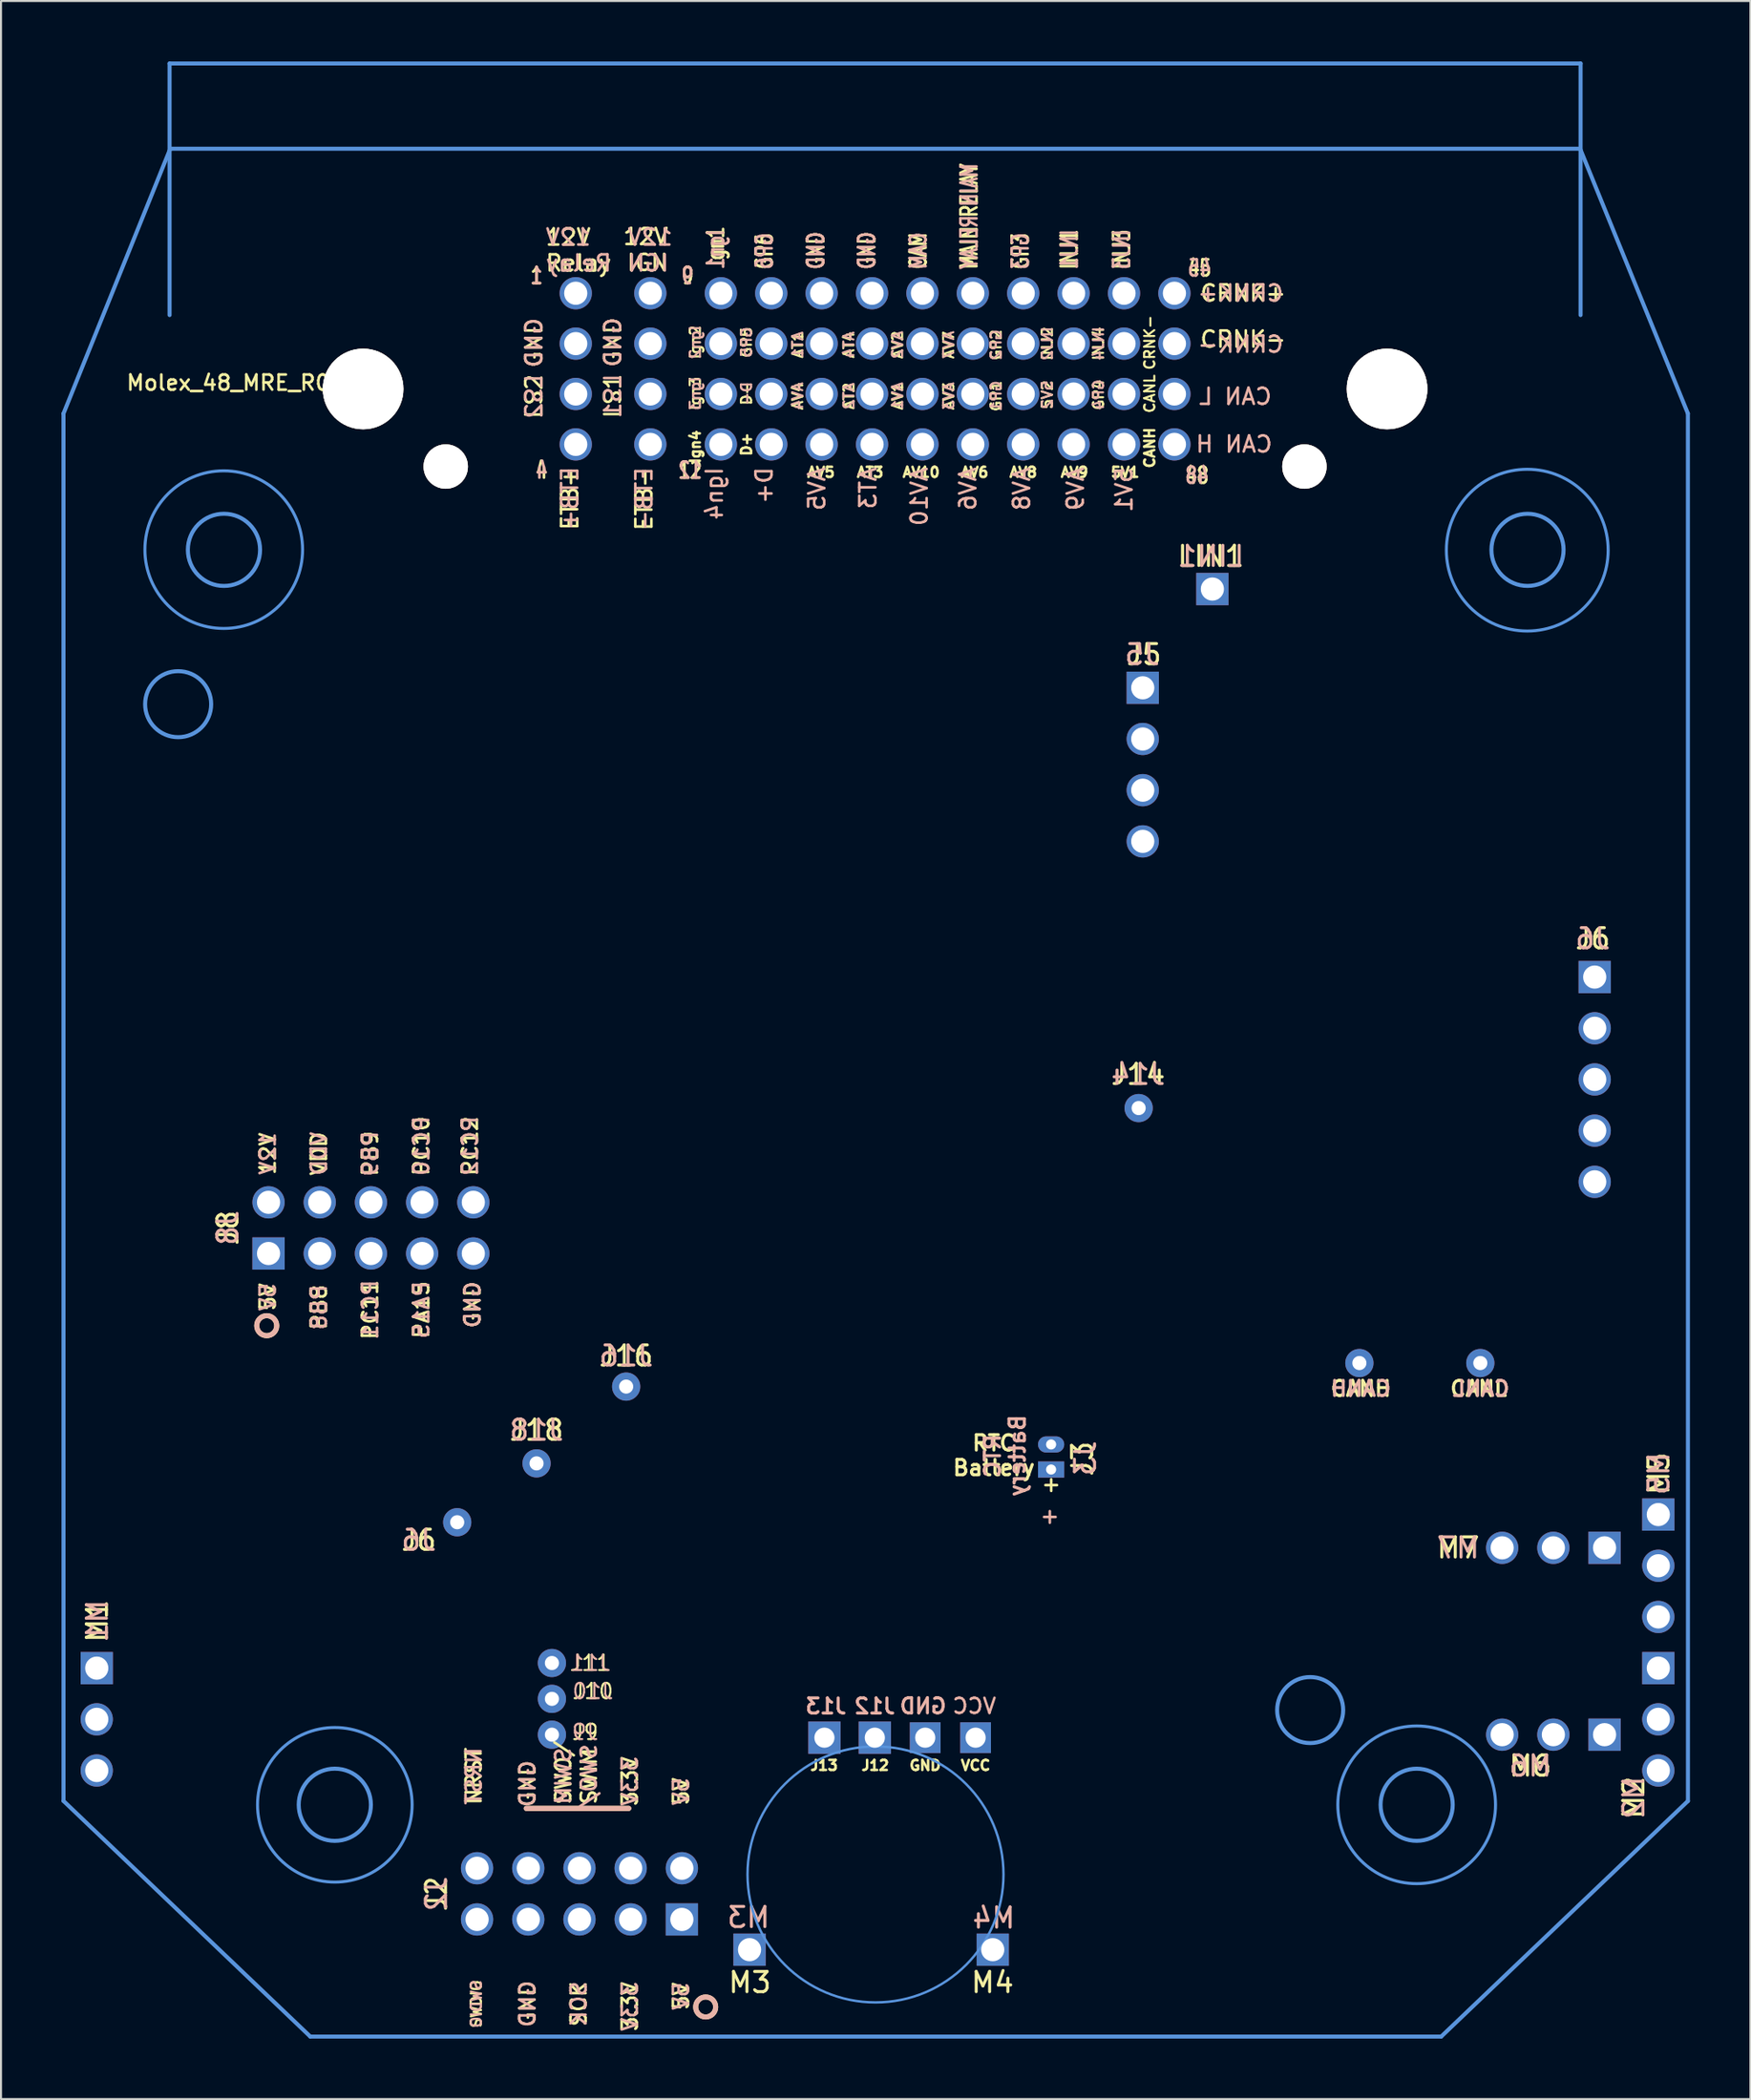
<source format=kicad_pcb>
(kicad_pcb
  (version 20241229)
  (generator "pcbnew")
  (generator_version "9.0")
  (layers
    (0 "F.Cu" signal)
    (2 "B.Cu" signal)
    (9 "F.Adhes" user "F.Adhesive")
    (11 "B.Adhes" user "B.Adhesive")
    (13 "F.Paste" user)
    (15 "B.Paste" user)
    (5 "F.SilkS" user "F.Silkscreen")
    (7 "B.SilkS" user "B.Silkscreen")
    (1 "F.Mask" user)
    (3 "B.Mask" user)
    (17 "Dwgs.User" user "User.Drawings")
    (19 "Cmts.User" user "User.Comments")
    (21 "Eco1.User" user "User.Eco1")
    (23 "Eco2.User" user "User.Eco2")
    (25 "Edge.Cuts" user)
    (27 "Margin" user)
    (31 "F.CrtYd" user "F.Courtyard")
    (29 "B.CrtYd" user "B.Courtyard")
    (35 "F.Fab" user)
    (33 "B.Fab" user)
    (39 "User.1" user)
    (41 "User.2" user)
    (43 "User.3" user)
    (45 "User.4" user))
  (footprint "Molex_48_MRE_R055"
    (layer "F.Cu")
    (at 25.474 11.497)
    (property "Reference" "Molex_48_MRE_R055" (at -16.485 4.445 0) (layer "F.SilkS") (effects (font (size 0.75 0.75) (thickness 0.13))))
    (attr through_hole)
    (fp_line (start -2.413 75.184) (end 2.667 75.184) (stroke (width 0.254) (type solid)) (layer "F.SilkS"))
    (fp_circle (center -15.291 51.232) (end -14.973 51.613) (stroke (width 0.25) (type solid)) (fill no) (layer "F.SilkS"))
    (fp_circle (center 6.485 85.037) (end 6.802 85.418) (stroke (width 0.25) (type solid)) (fill no) (layer "F.SilkS"))
    (fp_line (start -2.413 75.184) (end 2.667 75.184) (stroke (width 0.254) (type solid)) (layer "B.SilkS"))
    (fp_circle (center -15.291 51.232) (end -14.795 51.232) (stroke (width 0.25) (type solid)) (fill no) (layer "B.SilkS"))
    (fp_circle (center 6.485 85.037) (end 6.981 85.037) (stroke (width 0.25) (type solid)) (fill no) (layer "B.SilkS"))
    (fp_line (start -25.374 5.973) (end -25.372 74.816) (stroke (width 0.2) (type solid)) (layer "Cmts.User"))
    (fp_line (start -25.374 5.973) (end -20.078 -7.166) (stroke (width 0.2) (type solid)) (layer "Cmts.User"))
    (fp_line (start -20.111 -11.397) (end -20.111 1.086) (stroke (width 0.2) (type solid)) (layer "Cmts.User"))
    (fp_line (start -20.078 -7.166) (end 49.867 -7.166) (stroke (width 0.2) (type solid)) (layer "Cmts.User"))
    (fp_line (start -13.129 86.507) (end -25.372 74.816) (stroke (width 0.2) (type solid)) (layer "Cmts.User"))
    (fp_line (start -13.129 86.507) (end 42.973 86.507) (stroke (width 0.2) (type solid)) (layer "Cmts.User"))
    (fp_line (start 49.867 -7.166) (end 55.214 5.973) (stroke (width 0.2) (type solid)) (layer "Cmts.User"))
    (fp_line (start 49.889 -11.397) (end -20.111 -11.397) (stroke (width 0.2) (type solid)) (layer "Cmts.User"))
    (fp_line (start 49.889 -11.397) (end 49.889 1.086) (stroke (width 0.2) (type solid)) (layer "Cmts.User"))
    (fp_line (start 55.214 5.973) (end 55.216 74.816) (stroke (width 0.2) (type solid)) (layer "Cmts.User"))
    (fp_line (start 55.216 74.816) (end 42.973 86.507) (stroke (width 0.2) (type solid)) (layer "Cmts.User"))
    (fp_circle (center -19.686 20.394) (end -18.048 20.394) (stroke (width 0.2) (type solid)) (fill no) (layer "Cmts.User"))
    (fp_circle (center -17.424 12.725) (end -13.513 12.725) (stroke (width 0.15) (type solid)) (fill no) (layer "Cmts.User"))
    (fp_circle (center -17.413 12.736) (end -15.622 12.736) (stroke (width 0.2) (type solid)) (fill no) (layer "Cmts.User"))
    (fp_circle (center -11.914 75.004) (end -10.123 75.004) (stroke (width 0.2) (type solid)) (fill no) (layer "Cmts.User"))
    (fp_circle (center -11.913 75.006) (end -15.748 75.006) (stroke (width 0.15) (type solid)) (fill no) (layer "Cmts.User"))
    (fp_circle (center 14.91 78.461) (end 21.26 78.461) (stroke (width 0.12) (type solid)) (fill no) (layer "Cmts.User"))
    (fp_circle (center 36.474 70.305) (end 38.112 70.305) (stroke (width 0.2) (type solid)) (fill no) (layer "Cmts.User"))
    (fp_circle (center 41.757 75.004) (end 43.547 75.004) (stroke (width 0.2) (type solid)) (fill no) (layer "Cmts.User"))
    (fp_circle (center 41.758 75.006) (end 37.846 75.006) (stroke (width 0.15) (type solid)) (fill no) (layer "Cmts.User"))
    (fp_circle (center 47.244 12.751) (end 51.257 12.751) (stroke (width 0.15) (type solid)) (fill no) (layer "Cmts.User"))
    (fp_circle (center 47.256 12.736) (end 49.046 12.736) (stroke (width 0.2) (type solid)) (fill no) (layer "Cmts.User"))
    (fp_text user "RTC\nBattery\n" (at 20.782 57.671 180) (layer "F.SilkS") (effects (font (size 0.762 0.762) (thickness 0.152))))
    (fp_text user "GND" (at -2.355 73.962 270) (layer "F.SilkS") (effects (font (size 0.75 0.75) (thickness 0.13))))
    (fp_text user "GP3" (at 22.098 -1.113 90) (layer "F.SilkS") (effects (font (size 0.8 0.6) (thickness 0.13)) (justify left)))
    (fp_text user "AV9" (at 25.527 8.89 180) (layer "F.SilkS") (effects (font (size 0.5 0.5) (thickness 0.125)) (justify right)))
    (fp_text user "J10" (at 0.889 69.367 0) (layer "F.SilkS") (effects (font (size 0.762 0.762) (thickness 0.102))))
    (fp_text user "GND" (at 1.88 2.438 90) (layer "F.SilkS") (effects (font (size 0.8 0.8) (thickness 0.127))))
    (fp_text user "J11" (at 0.762 67.97 0) (layer "F.SilkS") (effects (font (size 0.762 0.762) (thickness 0.102))))
    (fp_text user "LS1" (at 1.88 5.105 90) (layer "F.SilkS") (effects (font (size 0.8 0.8) (thickness 0.127))))
    (fp_text user "PB9" (at -10.16 42.697 270) (layer "F.SilkS") (effects (font (size 0.75 0.75) (thickness 0.13))))
    (fp_text user "Ign4" (at 5.969 6.731 90) (layer "F.SilkS") (effects (font (size 0.5 0.5) (thickness 0.125)) (justify right)))
    (fp_text user "4" (at -1.651 8.788 0) (layer "F.SilkS") (effects (font (size 0.8 0.6) (thickness 0.13))))
    (fp_text user "M3" (at 8.675 83.821 0) (layer "F.SilkS") (effects (font (size 1 1) (thickness 0.15))))
    (fp_text user "12V\nRelay" (at -1.524 -2.134 0) (layer "F.SilkS") (effects (font (size 0.8 0.8) (thickness 0.13)) (justify left)))
    (fp_text user "5V1" (at 28.067 8.89 180) (layer "F.SilkS") (effects (font (size 0.5 0.5) (thickness 0.125)) (justify right)))
    (fp_text user "AT4" (at 13.589 2.565 90) (layer "F.SilkS") (effects (font (size 0.508 0.508) (thickness 0.102))))
    (fp_text user "CANH" (at 28.512 6.604 90) (layer "F.SilkS") (effects (font (size 0.5 0.5) (thickness 0.125)) (justify right)))
    (fp_text user "PC12" (at -5.207 42.316 270) (layer "F.SilkS") (effects (font (size 0.75 0.75) (thickness 0.13))))
    (fp_text user "LIN1" (at 31.547 13.056 0) (layer "F.SilkS") (effects (font (size 1 1) (thickness 0.15))))
    (fp_text user "Ign2" (at 5.969 2.438 90) (layer "F.SilkS") (effects (font (size 0.508 0.508) (thickness 0.102))))
    (fp_text user "AV2" (at 16.002 2.565 90) (layer "F.SilkS") (effects (font (size 0.508 0.508) (thickness 0.102))))
    (fp_text user "M6" (at 47.396 73.076 0) (layer "F.SilkS") (effects (font (size 1 1) (thickness 0.15))))
    (fp_text user "INJ1" (at 24.526 -1.113 90) (layer "F.SilkS") (effects (font (size 0.8 0.6) (thickness 0.13)) (justify left)))
    (fp_text user "GP4" (at 25.971 5.042 90) (layer "F.SilkS") (effects (font (size 0.508 0.508) (thickness 0.102))))
    (fp_text user "3.3V" (at 2.725 85.011 270) (layer "F.SilkS") (effects (font (size 0.75 0.75) (thickness 0.13))))
    (fp_text user "SWIM" (at 0.693 73.581 270) (layer "F.SilkS") (effects (font (size 0.75 0.75) (thickness 0.13))))
    (fp_text user "GP2" (at 20.892 2.565 90) (layer "F.SilkS") (effects (font (size 0.508 0.508) (thickness 0.102))))
    (fp_text user "M7" (at 43.815 62.255 0) (layer "F.SilkS") (effects (font (size 1 1) (thickness 0.15))))
    (fp_text user "J5" (at 28.233 17.933 0) (layer "F.SilkS") (effects (font (size 1 1) (thickness 0.15))))
    (fp_text user "5V" (at 5.265 84.503 270) (layer "F.SilkS") (effects (font (size 0.75 0.75) (thickness 0.13))))
    (fp_text user "SWDIO" (at -4.895 84.884 270) (layer "F.SilkS") (effects (font (size 0.508 0.508) (thickness 0.102))))
    (fp_text user "GP5" (at 8.509 2.438 90) (layer "F.SilkS") (effects (font (size 0.508 0.508) (thickness 0.102))))
    (fp_text user "PB8" (at -12.7 50.317 270) (layer "F.SilkS") (effects (font (size 0.75 0.75) (thickness 0.13))))
    (fp_text user "SWO/" (at -0.577 73.406 270) (layer "F.SilkS") (effects (font (size 0.75 0.75) (thickness 0.13))))
    (fp_text user "GND" (at -2.355 84.884 270) (layer "F.SilkS") (effects (font (size 0.75 0.75) (thickness 0.13))))
    (fp_text user "D+" (at 8.509 6.858 270) (layer "F.SilkS") (effects (font (size 0.5 0.5) (thickness 0.125)) (justify right)))
    (fp_text user "J6" (at -7.747 61.874 0) (layer "F.SilkS") (effects (font (size 1 1) (thickness 0.15))))
    (fp_text user "5V2" (at 23.431 5.042 90) (layer "F.SilkS") (effects (font (size 0.508 0.508) (thickness 0.102))))
    (fp_text user "AV10" (at 18.161 8.89 180) (layer "F.SilkS") (effects (font (size 0.5 0.5) (thickness 0.125)) (justify right)))
    (fp_text user "Ign3" (at 5.969 4.978 90) (layer "F.SilkS") (effects (font (size 0.508 0.508) (thickness 0.102))))
    (fp_text user "AT3" (at 15.367 8.89 180) (layer "F.SilkS") (effects (font (size 0.5 0.5) (thickness 0.125)) (justify right)))
    (fp_text user "5V" (at 5.265 74.343 270) (layer "F.SilkS") (effects (font (size 0.75 0.75) (thickness 0.13))))
    (fp_text user "VCC" (at 19.876 73.051 0) (layer "F.SilkS") (effects (font (size 0.5 0.5) (thickness 0.125))))
    (fp_text user "9" (at 5.588 -0.864 0) (layer "F.SilkS") (effects (font (size 0.8 0.6) (thickness 0.13))))
    (fp_text user "CRNK-" (at 28.512 2.451 90) (layer "F.SilkS") (effects (font (size 0.508 0.508) (thickness 0.102))))
    (fp_text user "GND" (at -5.08 50.19 270) (layer "F.SilkS") (effects (font (size 0.75 0.75) (thickness 0.13))))
    (fp_text user "45" (at 30.988 -1.245 0) (layer "F.SilkS") (effects (font (size 0.8 0.6) (thickness 0.13))))
    (fp_text user "LS2" (at -2.032 5.127 90) (layer "F.SilkS") (effects (font (size 0.8 0.8) (thickness 0.13))))
    (fp_text user "M4" (at 20.715 83.821 0) (layer "F.SilkS") (effects (font (size 1 1) (thickness 0.15))))
    (fp_text user "VDD" (at -12.7 42.697 270) (layer "F.SilkS") (effects (font (size 0.75 0.75) (thickness 0.13))))
    (fp_text user "CAM" (at 17.033 -1.113 90) (layer "F.SilkS") (effects (font (size 0.8 0.6) (thickness 0.13)) (justify left)))
    (fp_text user "AT1" (at 11.049 2.565 90) (layer "F.SilkS") (effects (font (size 0.508 0.508) (thickness 0.102))))
    (fp_text user "J18" (at -1.905 56.413 0) (layer "F.SilkS") (effects (font (size 1 1) (thickness 0.15))))
    (fp_text user "MAIN RELAY" (at 19.558 -1.113 90) (layer "F.SilkS") (effects (font (size 0.8 0.6) (thickness 0.13)) (justify left)))
    (fp_text user "12V" (at -15.24 42.697 270) (layer "F.SilkS") (effects (font (size 0.75 0.75) (thickness 0.13))))
    (fp_text user "PA15" (at -7.62 50.444 270) (layer "F.SilkS") (effects (font (size 0.75 0.75) (thickness 0.13))))
    (fp_text user "GND" (at 14.478 -1.113 90) (layer "F.SilkS") (effects (font (size 0.8 0.6) (thickness 0.13)) (justify left)))
    (fp_text user "PC11" (at -10.16 50.444 270) (layer "F.SilkS") (effects (font (size 0.75 0.75) (thickness 0.13))))
    (fp_text user "AV1" (at 16.002 5.105 90) (layer "F.SilkS") (effects (font (size 0.508 0.508) (thickness 0.102))))
    (fp_text user "CANL" (at 28.512 4.991 90) (layer "F.SilkS") (effects (font (size 0.508 0.508) (thickness 0.102))))
    (fp_text user "M1" (at -23.698 65.888 90) (layer "F.SilkS") (effects (font (size 1 1) (thickness 0.15))))
    (fp_text user "AV4" (at 11.049 5.105 90) (layer "F.SilkS") (effects (font (size 0.508 0.508) (thickness 0.102))))
    (fp_text user "M2" (at 52.527 74.651 90) (layer "F.SilkS") (effects (font (size 1 1) (thickness 0.15))))
    (fp_text user "3.3V" (at 2.725 73.835 270) (layer "F.SilkS") (effects (font (size 0.75 0.75) (thickness 0.13))))
    (fp_text user "GND" (at -2.032 2.46 90) (layer "F.SilkS") (effects (font (size 0.8 0.8) (thickness 0.13))))
    (fp_text user "PC10" (at -7.62 42.316 270) (layer "F.SilkS") (effects (font (size 0.75 0.75) (thickness 0.13))))
    (fp_text user "J9" (at 0.508 71.399 0) (layer "F.SilkS") (effects (font (size 0.762 0.762) (thickness 0.102))))
    (fp_text user "48" (at 30.861 9.042 0) (layer "F.SilkS") (effects (font (size 0.8 0.6) (thickness 0.13))))
    (fp_text user "+" (at 23.627 59.088 0) (layer "F.SilkS") (effects (font (size 0.75 0.75) (thickness 0.13))))
    (fp_text user "GND" (at 11.953 -1.113 90) (layer "F.SilkS") (effects (font (size 0.8 0.6) (thickness 0.13)) (justify left)))
    (fp_text user "1" (at -1.905 -0.864 0) (layer "F.SilkS") (effects (font (size 0.8 0.6) (thickness 0.13))))
    (fp_text user "GP6" (at 9.398 -1.113 90) (layer "F.SilkS") (effects (font (size 0.8 0.6) (thickness 0.13)) (justify left)))
    (fp_text user "CANL" (at 44.831 54.356 0) (layer "F.SilkS") (effects (font (size 0.75 0.75) (thickness 0.15))))
    (fp_text user "J13" (at 12.358 73.051 0) (layer "F.SilkS") (effects (font (size 0.5 0.5) (thickness 0.125))))
    (fp_text user "AV8" (at 22.987 8.89 180) (layer "F.SilkS") (effects (font (size 0.5 0.5) (thickness 0.125)) (justify right)))
    (fp_text user "5V" (at -15.24 49.809 270) (layer "F.SilkS") (effects (font (size 0.75 0.75) (thickness 0.13))))
    (fp_text user "J16" (at 2.54 52.73 0) (layer "F.SilkS") (effects (font (size 1 1) (thickness 0.15))))
    (fp_text user "12" (at 5.715 8.788 0) (layer "F.SilkS") (effects (font (size 0.8 0.6) (thickness 0.13))))
    (fp_text user "INJ3" (at 27.126 -1.113 90) (layer "F.SilkS") (effects (font (size 0.8 0.6) (thickness 0.13)) (justify left)))
    (fp_text user "AT2" (at 13.589 5.105 90) (layer "F.SilkS") (effects (font (size 0.508 0.508) (thickness 0.102))))
    (fp_text user "Ign1" (at 6.985 -1.27 90) (layer "F.SilkS") (effects (font (size 0.8 0.6) (thickness 0.13)) (justify left)))
    (fp_text user "SCK" (at 0.185 84.884 270) (layer "F.SilkS") (effects (font (size 0.75 0.75) (thickness 0.13))))
    (fp_text user "J6" (at 50.495 32.029 0) (layer "F.SilkS") (effects (font (size 1 1) (thickness 0.15))))
    (fp_text user "NRST" (at -5.022 73.581 270) (layer "F.SilkS") (effects (font (size 0.75 0.75) (thickness 0.13))))
    (fp_text user "AV3" (at 18.542 5.105 90) (layer "F.SilkS") (effects (font (size 0.508 0.508) (thickness 0.102))))
    (fp_text user "J14" (at 27.94 38.76 0) (layer "F.SilkS") (effects (font (size 1 1) (thickness 0.15))))
    (fp_text user "AV5" (at 12.954 8.89 180) (layer "F.SilkS") (effects (font (size 0.5 0.5) (thickness 0.125)) (justify right)))
    (fp_text user "GP1" (at 20.892 5.105 90) (layer "F.SilkS") (effects (font (size 0.508 0.508) (thickness 0.102))))
    (fp_text user "CRNK+" (at 33.147 0 0) (layer "F.SilkS") (effects (font (size 0.8 0.8) (thickness 0.13))))
    (fp_text user "CRNK-" (at 33.147 2.286 0) (layer "F.SilkS") (effects (font (size 0.8 0.8) (thickness 0.13))))
    (fp_text user "J2" (at -6.876 79.423 90) (layer "F.SilkS") (effects (font (size 1 1) (thickness 0.15))))
    (fp_text user "INJ2" (at 23.431 2.502 90) (layer "F.SilkS") (effects (font (size 0.508 0.508) (thickness 0.102))))
    (fp_text user "J3" (at 25.182 57.838 90) (layer "F.SilkS") (effects (font (size 1 1) (thickness 0.15))))
    (fp_text user "ETB+" (at -0.254 10.185 90) (layer "F.SilkS") (effects (font (size 0.8 0.8) (thickness 0.13))))
    (fp_text user "J8" (at -17.221 46.38 90) (layer "F.SilkS") (effects (font (size 1 1) (thickness 0.15))))
    (fp_text user "INJ4" (at 25.971 2.502 90) (layer "F.SilkS") (effects (font (size 0.508 0.508) (thickness 0.102))))
    (fp_text user "12V\nIGN" (at 4.699 -2.159 0) (layer "F.SilkS") (effects (font (size 0.8 0.8) (thickness 0.13)) (justify right)))
    (fp_text user "AV7" (at 18.542 2.565 90) (layer "F.SilkS") (effects (font (size 0.508 0.508) (thickness 0.102))))
    (fp_text user "ETB-" (at 3.429 8.558 90) (layer "F.SilkS") (effects (font (size 0.8 0.8) (thickness 0.13)) (justify right)))
    (fp_text user "GND" (at 17.376 73.051 0) (layer "F.SilkS") (effects (font (size 0.5 0.5) (thickness 0.125))))
    (fp_text user "M5" (at 53.772 58.572 90) (layer "F.SilkS") (effects (font (size 1 1) (thickness 0.15))))
    (fp_text user "D-" (at 8.509 4.978 90) (layer "F.SilkS") (effects (font (size 0.508 0.508) (thickness 0.102))))
    (fp_text user "AV6" (at 20.574 8.89 180) (layer "F.SilkS") (effects (font (size 0.5 0.5) (thickness 0.125)) (justify right)))
    (fp_text user "J12" (at 14.898 73.051 0) (layer "F.SilkS") (effects (font (size 0.5 0.5) (thickness 0.125))))
    (fp_text user "CANH" (at 38.989 54.356 0) (layer "F.SilkS") (effects (font (size 0.75 0.75) (thickness 0.15))))
    (fp_text user "INJ1" (at 24.526 -1.113 90) (layer "B.SilkS") (effects (font (size 0.8 0.6) (thickness 0.13)) (justify right mirror)))
    (fp_text user "45" (at 30.988 -1.245 0) (layer "B.SilkS") (effects (font (size 0.8 0.6) (thickness 0.13)) (justify mirror)))
    (fp_text user "GP4" (at 25.971 5.042 90) (layer "B.SilkS") (effects (font (size 0.508 0.508) (thickness 0.102)) (justify mirror)))
    (fp_text user "AV2" (at 16.002 2.565 90) (layer "B.SilkS") (effects (font (size 0.508 0.508) (thickness 0.102)) (justify mirror)))
    (fp_text user "PB8" (at -12.7 50.317 270) (layer "B.SilkS") (effects (font (size 0.75 0.75) (thickness 0.13)) (justify mirror)))
    (fp_text user "VDD" (at -12.7 42.697 270) (layer "B.SilkS") (effects (font (size 0.75 0.75) (thickness 0.13)) (justify mirror)))
    (fp_text user "AV9" (at 24.828 8.558 90) (layer "B.SilkS") (effects (font (size 0.8 0.8) (thickness 0.13)) (justify left mirror)))
    (fp_text user "CRNK-" (at 33.02 2.54 0) (layer "B.SilkS") (effects (font (size 0.8 0.8) (thickness 0.13)) (justify mirror)))
    (fp_text user "PB9" (at -10.16 42.697 270) (layer "B.SilkS") (effects (font (size 0.75 0.75) (thickness 0.13)) (justify mirror)))
    (fp_text user "Ign2" (at 5.969 2.438 90) (layer "B.SilkS") (effects (font (size 0.508 0.508) (thickness 0.102)) (justify mirror)))
    (fp_text user "J10" (at 0.889 69.367 0) (layer "B.SilkS") (effects (font (size 0.762 0.762) (thickness 0.102)) (justify mirror)))
    (fp_text user "SWDIO" (at -4.895 84.884 270) (layer "B.SilkS") (effects (font (size 0.508 0.508) (thickness 0.102)) (justify mirror)))
    (fp_text user "J2" (at -6.876 79.423 90) (layer "B.SilkS") (effects (font (size 1 1) (thickness 0.15)) (justify mirror)))
    (fp_text user "LS1" (at 1.88 5.105 90) (layer "B.SilkS") (effects (font (size 0.8 0.8) (thickness 0.127)) (justify mirror)))
    (fp_text user "GP3" (at 22.098 -1.113 90) (layer "B.SilkS") (effects (font (size 0.8 0.6) (thickness 0.13)) (justify right mirror)))
    (fp_text user "M1" (at -23.698 65.888 90) (layer "B.SilkS") (effects (font (size 1 1) (thickness 0.15)) (justify mirror)))
    (fp_text user "GND" (at 1.88 2.438 90) (layer "B.SilkS") (effects (font (size 0.8 0.8) (thickness 0.127)) (justify mirror)))
    (fp_text user "AV5" (at 12.002 8.558 270) (layer "B.SilkS") (effects (font (size 0.8 0.8) (thickness 0.13)) (justify left mirror)))
    (fp_text user "AT3" (at 14.541 8.558 90) (layer "B.SilkS") (effects (font (size 0.8 0.8) (thickness 0.13)) (justify left mirror)))
    (fp_text user "M6" (at 47.396 73.076 0) (layer "B.SilkS") (effects (font (size 1 1) (thickness 0.15)) (justify mirror)))
    (fp_text user "M4" (at 20.777 80.62 0) (layer "B.SilkS") (effects (font (size 1 1) (thickness 0.15)) (justify mirror)))
    (fp_text user "GND" (at -2.032 2.46 90) (layer "B.SilkS") (effects (font (size 0.8 0.8) (thickness 0.13)) (justify mirror)))
    (fp_text user "AT2" (at 13.589 5.105 90) (layer "B.SilkS") (effects (font (size 0.508 0.508) (thickness 0.102)) (justify mirror)))
    (fp_text user "PC11" (at -10.16 50.444 270) (layer "B.SilkS") (effects (font (size 0.75 0.75) (thickness 0.13)) (justify mirror)))
    (fp_text user "5V" (at 5.265 74.343 270) (layer "B.SilkS") (effects (font (size 0.75 0.75) (thickness 0.13)) (justify mirror)))
    (fp_text user "Ign4" (at 6.921 8.558 90) (layer "B.SilkS") (effects (font (size 0.8 0.8) (thickness 0.13)) (justify left mirror)))
    (fp_text user "3.3V" (at 2.725 85.011 270) (layer "B.SilkS") (effects (font (size 0.75 0.75) (thickness 0.13)) (justify mirror)))
    (fp_text user "Ign1" (at 6.985 -1.113 90) (layer "B.SilkS") (effects (font (size 0.8 0.6) (thickness 0.13)) (justify right mirror)))
    (fp_text user "GND" (at -2.355 73.962 270) (layer "B.SilkS") (effects (font (size 0.75 0.75) (thickness 0.13)) (justify mirror)))
    (fp_text user "GND" (at -2.355 84.884 270) (layer "B.SilkS") (effects (font (size 0.75 0.75) (thickness 0.13)) (justify mirror)))
    (fp_text user "J18" (at -1.905 56.413 0) (layer "B.SilkS") (effects (font (size 1 1) (thickness 0.15)) (justify mirror)))
    (fp_text user "AV4" (at 11.049 5.105 90) (layer "B.SilkS") (effects (font (size 0.508 0.508) (thickness 0.102)) (justify mirror)))
    (fp_text user "AV6" (at 19.494 8.558 90) (layer "B.SilkS") (effects (font (size 0.8 0.8) (thickness 0.13)) (justify left mirror)))
    (fp_text user "GND" (at 17.272 70.104 0) (layer "B.SilkS") (effects (font (size 0.75 0.75) (thickness 0.15)) (justify mirror)))
    (fp_text user "GP5" (at 8.509 2.438 90) (layer "B.SilkS") (effects (font (size 0.508 0.508) (thickness 0.102)) (justify mirror)))
    (fp_text user "MAIN RELAY" (at 19.558 -1.113 90) (layer "B.SilkS") (effects (font (size 0.8 0.6) (thickness 0.13)) (justify right mirror)))
    (fp_text user "1" (at -1.905 -0.864 0) (layer "B.SilkS") (effects (font (size 0.8 0.6) (thickness 0.13)) (justify mirror)))
    (fp_text user "D-" (at 8.509 4.978 90) (layer "B.SilkS") (effects (font (size 0.508 0.508) (thickness 0.102)) (justify mirror)))
    (fp_text user "CAN L" (at 32.766 5.127 0) (layer "B.SilkS") (effects (font (size 0.8 0.8) (thickness 0.13)) (justify mirror)))
    (fp_text user "+" (at 23.558 60.668 0) (layer "B.SilkS") (effects (font (size 0.75 0.75) (thickness 0.13)) (justify mirror)))
    (fp_text user "PC10" (at -7.62 42.316 270) (layer "B.SilkS") (effects (font (size 0.75 0.75) (thickness 0.13)) (justify mirror)))
    (fp_text user "J16" (at 2.54 52.73 0) (layer "B.SilkS") (effects (font (size 1 1) (thickness 0.15)) (justify mirror)))
    (fp_text user "J9" (at 0.508 71.399 0) (layer "B.SilkS") (effects (font (size 0.762 0.762) (thickness 0.102)) (justify mirror)))
    (fp_text user "SWIM" (at -0.577 73.581 270) (layer "B.SilkS") (effects (font (size 0.75 0.75) (thickness 0.13)) (justify mirror)))
    (fp_text user "48" (at 30.861 9.042 0) (layer "B.SilkS") (effects (font (size 0.8 0.6) (thickness 0.13)) (justify mirror)))
    (fp_text user "PC12" (at -5.207 42.316 270) (layer "B.SilkS") (effects (font (size 0.75 0.75) (thickness 0.13)) (justify mirror)))
    (fp_text user "AT4" (at 13.589 2.565 90) (layer "B.SilkS") (effects (font (size 0.508 0.508) (thickness 0.102)) (justify mirror)))
    (fp_text user "M2" (at 52.527 74.651 90) (layer "B.SilkS") (effects (font (size 1 1) (thickness 0.15)) (justify mirror)))
    (fp_text user "ETB-" (at 3.429 8.558 90) (layer "B.SilkS") (effects (font (size 0.8 0.8) (thickness 0.13)) (justify left mirror)))
    (fp_text user "CANL" (at 44.958 54.356 0) (layer "B.SilkS") (effects (font (size 0.75 0.75) (thickness 0.15)) (justify mirror)))
    (fp_text user "SWO/" (at 0.693 73.581 270) (layer "B.SilkS") (effects (font (size 0.75 0.75) (thickness 0.13)) (justify mirror)))
    (fp_text user "GP6" (at 9.398 -1.113 90) (layer "B.SilkS") (effects (font (size 0.8 0.6) (thickness 0.13)) (justify right mirror)))
    (fp_text user "M7" (at 43.815 62.255 0) (layer "B.SilkS") (effects (font (size 1 1) (thickness 0.15)) (justify mirror)))
    (fp_text user "LS2" (at -2.032 5.127 90) (layer "B.SilkS") (effects (font (size 0.8 0.8) (thickness 0.13)) (justify mirror)))
    (fp_text user "GND" (at -5.08 50.19 270) (layer "B.SilkS") (effects (font (size 0.75 0.75) (thickness 0.13)) (justify mirror)))
    (fp_text user "J13" (at 12.451 70.112 0) (layer "B.SilkS") (effects (font (size 0.75 0.75) (thickness 0.15)) (justify mirror)))
    (fp_text user "CAN H" (at 34.671 7.493 180) (layer "B.SilkS") (effects (font (size 0.8 0.8) (thickness 0.13)) (justify left mirror)))
    (fp_text user "CANH" (at 38.989 54.356 0) (layer "B.SilkS") (effects (font (size 0.75 0.75) (thickness 0.15)) (justify mirror)))
    (fp_text user "D+" (at 9.389 8.558 90) (layer "B.SilkS") (effects (font (size 0.8 0.8) (thickness 0.13)) (justify left mirror)))
    (fp_text user "4" (at -1.651 8.788 0) (layer "B.SilkS") (effects (font (size 0.8 0.6) (thickness 0.13)) (justify mirror)))
    (fp_text user "PA15" (at -7.62 50.444 270) (layer "B.SilkS") (effects (font (size 0.75 0.75) (thickness 0.13)) (justify mirror)))
    (fp_text user "AV8" (at 22.162 8.558 90) (layer "B.SilkS") (effects (font (size 0.8 0.8) (thickness 0.13)) (justify left mirror)))
    (fp_text user "5V1" (at 27.241 8.558 90) (layer "B.SilkS") (effects (font (size 0.8 0.8) (thickness 0.13)) (justify left mirror)))
    (fp_text user "M5" (at 53.772 58.572 90) (layer "B.SilkS") (effects (font (size 1 1) (thickness 0.15)) (justify mirror)))
    (fp_text user "GP2" (at 20.892 2.565 90) (layer "B.SilkS") (effects (font (size 0.508 0.508) (thickness 0.102)) (justify mirror)))
    (fp_text user "LIN1" (at 31.547 13.056 0) (layer "B.SilkS") (effects (font (size 1 1) (thickness 0.15)) (justify mirror)))
    (fp_text user "12" (at 5.715 8.788 0) (layer "B.SilkS") (effects (font (size 0.8 0.6) (thickness 0.13)) (justify mirror)))
    (fp_text user "12V" (at -15.24 42.697 270) (layer "B.SilkS") (effects (font (size 0.75 0.75) (thickness 0.13)) (justify mirror)))
    (fp_text user "ETB+" (at -0.254 10.185 90) (layer "B.SilkS") (effects (font (size 0.8 0.8) (thickness 0.13)) (justify mirror)))
    (fp_text user "VCC" (at 19.812 70.104 0) (layer "B.SilkS") (effects (font (size 0.75 0.75) (thickness 0.125)) (justify mirror)))
    (fp_text user "J8" (at -17.221 46.38 90) (layer "B.SilkS") (effects (font (size 1 1) (thickness 0.15)) (justify mirror)))
    (fp_text user "5V" (at 5.265 84.503 270) (layer "B.SilkS") (effects (font (size 0.75 0.75) (thickness 0.13)) (justify mirror)))
    (fp_text user "CAM" (at 17.033 -1.113 90) (layer "B.SilkS") (effects (font (size 0.8 0.6) (thickness 0.13)) (justify right mirror)))
    (fp_text user "M3" (at 8.611 80.594 0) (layer "B.SilkS") (effects (font (size 1 1) (thickness 0.15)) (justify mirror)))
    (fp_text user "9" (at 5.588 -0.864 0) (layer "B.SilkS") (effects (font (size 0.8 0.6) (thickness 0.13)) (justify mirror)))
    (fp_text user "AV3" (at 18.542 5.105 90) (layer "B.SilkS") (effects (font (size 0.508 0.508) (thickness 0.102)) (justify mirror)))
    (fp_text user "INJ4" (at 25.971 2.502 90) (layer "B.SilkS") (effects (font (size 0.508 0.508) (thickness 0.102)) (justify mirror)))
    (fp_text user "GND" (at 11.953 -1.113 90) (layer "B.SilkS") (effects (font (size 0.8 0.6) (thickness 0.13)) (justify right mirror)))
    (fp_text user "Ign3" (at 5.969 4.978 90) (layer "B.SilkS") (effects (font (size 0.508 0.508) (thickness 0.102)) (justify mirror)))
    (fp_text user "J12" (at 14.869 70.112 0) (layer "B.SilkS") (effects (font (size 0.75 0.75) (thickness 0.15)) (justify mirror)))
    (fp_text user "J5" (at 28.143 17.932 0) (layer "B.SilkS") (effects (font (size 1 1) (thickness 0.15)) (justify mirror)))
    (fp_text user "J14" (at 27.94 38.76 0) (layer "B.SilkS") (effects (font (size 1 1) (thickness 0.15)) (justify mirror)))
    (fp_text user "3.3V" (at 2.725 73.835 270) (layer "B.SilkS") (effects (font (size 0.75 0.75) (thickness 0.13)) (justify mirror)))
    (fp_text user "12V\nIGN" (at 2.54 -2.134 0) (layer "B.SilkS") (effects (font (size 0.8 0.8) (thickness 0.13)) (justify right mirror)))
    (fp_text user "INJ3" (at 27.126 -1.113 90) (layer "B.SilkS") (effects (font (size 0.8 0.6) (thickness 0.13)) (justify right mirror)))
    (fp_text user "GP1" (at 20.892 5.105 90) (layer "B.SilkS") (effects (font (size 0.508 0.508) (thickness 0.102)) (justify mirror)))
    (fp_text user "AV10" (at 17.081 8.558 90) (layer "B.SilkS") (effects (font (size 0.8 0.8) (thickness 0.13)) (justify left mirror)))
    (fp_text user "12V\nRelay" (at -1.524 -2.134 0) (layer "B.SilkS") (effects (font (size 0.8 0.8) (thickness 0.13)) (justify right mirror)))
    (fp_text user "J11" (at 0.762 67.97 0) (layer "B.SilkS") (effects (font (size 0.762 0.762) (thickness 0.102)) (justify mirror)))
    (fp_text user "NRST" (at -5.022 73.581 270) (layer "B.SilkS") (effects (font (size 0.75 0.75) (thickness 0.13)) (justify mirror)))
    (fp_text user "AT1" (at 11.049 2.565 90) (layer "B.SilkS") (effects (font (size 0.508 0.508) (thickness 0.102)) (justify mirror)))
    (fp_text user "RTC\nBattery\n" (at 21.336 57.683 90) (layer "B.SilkS") (effects (font (size 0.762 0.762) (thickness 0.152)) (justify mirror)))
    (fp_text user "J6" (at 50.495 32.029 0) (layer "B.SilkS") (effects (font (size 1 1) (thickness 0.15)) (justify mirror)))
    (fp_text user "AV7" (at 18.542 2.565 90) (layer "B.SilkS") (effects (font (size 0.508 0.508) (thickness 0.102)) (justify mirror)))
    (fp_text user "CRNK+" (at 33.02 0 0) (layer "B.SilkS") (effects (font (size 0.8 0.8) (thickness 0.13)) (justify mirror)))
    (fp_text user "5V2" (at 23.431 5.042 90) (layer "B.SilkS") (effects (font (size 0.508 0.508) (thickness 0.102)) (justify mirror)))
    (fp_text user "GND" (at 14.478 -1.113 90) (layer "B.SilkS") (effects (font (size 0.8 0.6) (thickness 0.13)) (justify right mirror)))
    (fp_text user "J6" (at -7.747 61.874 0) (layer "B.SilkS") (effects (font (size 1 1) (thickness 0.15)) (justify mirror)))
    (fp_text user "AV1" (at 16.002 5.105 90) (layer "B.SilkS") (effects (font (size 0.508 0.508) (thickness 0.102)) (justify mirror)))
    (fp_text user "SCK" (at 0.185 84.884 270) (layer "B.SilkS") (effects (font (size 0.75 0.75) (thickness 0.13)) (justify mirror)))
    (fp_text user "J3" (at 25.324 57.81 90) (layer "B.SilkS") (effects (font (size 1 1) (thickness 0.15)) (justify mirror)))
    (fp_text user "INJ2" (at 23.431 2.502 90) (layer "B.SilkS") (effects (font (size 0.508 0.508) (thickness 0.102)) (justify mirror)))
    (fp_text user "5V" (at -15.24 49.809 270) (layer "B.SilkS") (effects (font (size 0.75 0.75) (thickness 0.13)) (justify mirror)))
    (pad "" thru_hole circle (at -10.511 4.753 270) (size 4 4) (drill 4) (layers "*.Cu" "*.Mask" "F.SilkS"))
    (pad "" thru_hole circle (at -6.411 8.603 270) (size 2.2 2.2) (drill 2.2) (layers "*.Cu" "*.Mask" "F.SilkS"))
    (pad "" thru_hole circle (at 36.189 8.603 270) (size 2.2 2.2) (drill 2.2) (layers "*.Cu" "*.Mask" "F.SilkS"))
    (pad "" thru_hole circle (at 40.289 4.753 270) (size 4 4) (drill 4) (layers "*.Cu" "*.Mask" "F.SilkS"))
    (pad "1" thru_hole circle (at 0.039 0.003 270) (size 1.6 1.6) (drill 1.15) (layers "*.Cu" "*.Mask"))
    (pad "2" thru_hole circle (at 0.039 2.503 270) (size 1.6 1.6) (drill 1.15) (layers "*.Cu" "*.Mask"))
    (pad "3" thru_hole circle (at 0.039 5.003 270) (size 1.6 1.6) (drill 1.15) (layers "*.Cu" "*.Mask"))
    (pad "4" thru_hole circle (at 0.039 7.503 270) (size 1.6 1.6) (drill 1.15) (layers "*.Cu" "*.Mask"))
    (pad "5" thru_hole circle (at 3.739 0.003 270) (size 1.6 1.6) (drill 1.15) (layers "*.Cu" "*.Mask"))
    (pad "6" thru_hole circle (at 3.739 2.503 270) (size 1.6 1.6) (drill 1.15) (layers "*.Cu" "*.Mask"))
    (pad "7" thru_hole circle (at 3.739 5.003 270) (size 1.6 1.6) (drill 1.15) (layers "*.Cu" "*.Mask"))
    (pad "8" thru_hole circle (at 3.739 7.503 270) (size 1.6 1.6) (drill 1.15) (layers "*.Cu" "*.Mask"))
    (pad "9" thru_hole circle (at 7.239 0.003 270) (size 1.6 1.6) (drill 1.15) (layers "*.Cu" "*.Mask"))
    (pad "10" thru_hole circle (at 7.239 2.503 270) (size 1.6 1.6) (drill 1.15) (layers "*.Cu" "*.Mask"))
    (pad "11" thru_hole circle (at 7.239 5.003 270) (size 1.6 1.6) (drill 1.15) (layers "*.Cu" "*.Mask"))
    (pad "12" thru_hole circle (at 7.239 7.503 270) (size 1.6 1.6) (drill 1.15) (layers "*.Cu" "*.Mask"))
    (pad "13" thru_hole circle (at 9.739 0.003 270) (size 1.6 1.6) (drill 1.15) (layers "*.Cu" "*.Mask"))
    (pad "14" thru_hole circle (at 9.739 2.503 270) (size 1.6 1.6) (drill 1.15) (layers "*.Cu" "*.Mask"))
    (pad "15" thru_hole circle (at 9.739 5.003 270) (size 1.6 1.6) (drill 1.15) (layers "*.Cu" "*.Mask"))
    (pad "16" thru_hole circle (at 9.739 7.503 270) (size 1.6 1.6) (drill 1.15) (layers "*.Cu" "*.Mask"))
    (pad "17" thru_hole circle (at 12.239 0.003 270) (size 1.6 1.6) (drill 1.15) (layers "*.Cu" "*.Mask"))
    (pad "18" thru_hole circle (at 12.239 2.503 270) (size 1.6 1.6) (drill 1.15) (layers "*.Cu" "*.Mask"))
    (pad "19" thru_hole circle (at 12.239 5.003 270) (size 1.6 1.6) (drill 1.15) (layers "*.Cu" "*.Mask"))
    (pad "20" thru_hole circle (at 12.239 7.503 270) (size 1.6 1.6) (drill 1.15) (layers "*.Cu" "*.Mask"))
    (pad "21" thru_hole circle (at 14.739 0.003 270) (size 1.6 1.6) (drill 1.15) (layers "*.Cu" "*.Mask"))
    (pad "22" thru_hole circle (at 14.739 2.503 270) (size 1.6 1.6) (drill 1.15) (layers "*.Cu" "*.Mask"))
    (pad "23" thru_hole circle (at 14.739 5.003 270) (size 1.6 1.6) (drill 1.15) (layers "*.Cu" "*.Mask"))
    (pad "24" thru_hole circle (at 14.739 7.503 270) (size 1.6 1.6) (drill 1.15) (layers "*.Cu" "*.Mask"))
    (pad "25" thru_hole circle (at 17.239 0.003 270) (size 1.6 1.6) (drill 1.15) (layers "*.Cu" "*.Mask"))
    (pad "26" thru_hole circle (at 17.239 2.503 270) (size 1.6 1.6) (drill 1.15) (layers "*.Cu" "*.Mask"))
    (pad "27" thru_hole circle (at 17.239 5.003 270) (size 1.6 1.6) (drill 1.15) (layers "*.Cu" "*.Mask"))
    (pad "28" thru_hole circle (at 17.239 7.503 270) (size 1.6 1.6) (drill 1.15) (layers "*.Cu" "*.Mask"))
    (pad "29" thru_hole circle (at 19.739 0.003 270) (size 1.6 1.6) (drill 1.15) (layers "*.Cu" "*.Mask"))
    (pad "30" thru_hole circle (at 19.739 2.503 270) (size 1.6 1.6) (drill 1.15) (layers "*.Cu" "*.Mask"))
    (pad "31" thru_hole circle (at 19.739 5.003 270) (size 1.6 1.6) (drill 1.15) (layers "*.Cu" "*.Mask"))
    (pad "32" thru_hole circle (at 19.739 7.503 270) (size 1.6 1.6) (drill 1.15) (layers "*.Cu" "*.Mask"))
    (pad "33" thru_hole circle (at 22.239 0.003 270) (size 1.6 1.6) (drill 1.15) (layers "*.Cu" "*.Mask"))
    (pad "34" thru_hole circle (at 22.239 2.503 270) (size 1.6 1.6) (drill 1.15) (layers "*.Cu" "*.Mask"))
    (pad "35" thru_hole circle (at 22.239 5.003 270) (size 1.6 1.6) (drill 1.15) (layers "*.Cu" "*.Mask"))
    (pad "36" thru_hole circle (at 22.239 7.503 270) (size 1.6 1.6) (drill 1.15) (layers "*.Cu" "*.Mask"))
    (pad "37" thru_hole circle (at 24.739 0.003 270) (size 1.6 1.6) (drill 1.15) (layers "*.Cu" "*.Mask"))
    (pad "38" thru_hole circle (at 24.739 2.503 270) (size 1.6 1.6) (drill 1.15) (layers "*.Cu" "*.Mask"))
    (pad "39" thru_hole circle (at 24.739 5.003 270) (size 1.6 1.6) (drill 1.15) (layers "*.Cu" "*.Mask"))
    (pad "40" thru_hole circle (at 24.739 7.503 270) (size 1.6 1.6) (drill 1.15) (layers "*.Cu" "*.Mask"))
    (pad "41" thru_hole circle (at 27.239 0.003 270) (size 1.6 1.6) (drill 1.15) (layers "*.Cu" "*.Mask"))
    (pad "42" thru_hole circle (at 27.239 2.503 270) (size 1.6 1.6) (drill 1.15) (layers "*.Cu" "*.Mask"))
    (pad "43" thru_hole circle (at 27.239 5.003 270) (size 1.6 1.6) (drill 1.15) (layers "*.Cu" "*.Mask"))
    (pad "44" thru_hole circle (at 27.239 7.503 270) (size 1.6 1.6) (drill 1.15) (layers "*.Cu" "*.Mask"))
    (pad "45" thru_hole circle (at 29.739 0.003 270) (size 1.6 1.6) (drill 1.15) (layers "*.Cu" "*.Mask"))
    (pad "46" thru_hole circle (at 29.739 2.503 270) (size 1.6 1.6) (drill 1.15) (layers "*.Cu" "*.Mask"))
    (pad "47" thru_hole circle (at 29.739 5.003 270) (size 1.6 1.6) (drill 1.15) (layers "*.Cu" "*.Mask"))
    (pad "48" thru_hole circle (at 29.739 7.503 270) (size 1.6 1.6) (drill 1.15) (layers "*.Cu" "*.Mask"))
    (pad "J6" thru_hole circle (at -5.842 60.985 270) (size 1.4 1.4) (drill 0.7) (layers "*.Cu" "*.Mask"))
    (pad "J9" thru_hole circle (at -1.143 71.526 270) (size 1.4 1.4) (drill 0.7) (layers "*.Cu" "*.Mask"))
    (pad "J10" thru_hole circle (at -1.143 69.748 270) (size 1.4 1.4) (drill 0.7) (layers "*.Cu" "*.Mask"))
    (pad "J11" thru_hole circle (at -1.143 67.97 270) (size 1.4 1.4) (drill 0.7) (layers "*.Cu" "*.Mask"))
    (pad "J12" thru_hole rect (at 14.876 71.675 270) (size 1.6 1.6) (drill 1) (layers "*.Cu" "*.Mask"))
    (pad "J13" thru_hole rect (at 12.376 71.675 270) (size 1.6 1.6) (drill 1) (layers "*.Cu" "*.Mask"))
    (pad "J14" thru_hole circle (at 27.965 40.434 270) (size 1.4 1.4) (drill 0.7) (layers "*.Cu" "*.Mask"))
    (pad "J16" thru_hole circle (at 2.54 54.254 270) (size 1.4 1.4) (drill 0.7) (layers "*.Cu" "*.Mask"))
    (pad "J18" thru_hole circle (at -1.905 58.064 270) (size 1.4 1.4) (drill 0.7) (layers "*.Cu" "*.Mask"))
    (pad "J20" thru_hole rect (at 17.376 71.675) (size 1.524 1.524) (drill 1) (layers "*.Cu" "*.Mask"))
    (pad "J21" thru_hole rect (at 19.876 71.675) (size 1.524 1.524) (drill 1) (layers "*.Cu" "*.Mask"))
    (pad "J31" thru_hole rect (at 23.622 58.369 270) (size 0.8 1.3) (drill 0.5) (layers "*.Cu" "*.Mask"))
    (pad "J32" thru_hole oval (at 23.622 57.125 270) (size 0.8 1.3) (drill 0.5) (layers "*.Cu" "*.Mask"))
    (pad "J49" thru_hole circle (at 38.916 53.086) (size 1.4 1.4) (drill 0.7) (layers "*.Cu" "*.Mask"))
    (pad "J50" thru_hole circle (at 44.916 53.086) (size 1.4 1.4) (drill 0.7) (layers "*.Cu" "*.Mask"))
    (pad "J51" thru_hole rect (at 28.169 19.581 270) (size 1.6 1.6) (drill 1.15) (layers "*.Cu" "*.Mask"))
    (pad "J52" thru_hole circle (at 28.169 22.121 270) (size 1.6 1.6) (drill 1.15) (layers "*.Cu" "*.Mask"))
    (pad "J53" thru_hole circle (at 28.169 24.661 270) (size 1.6 1.6) (drill 1.15) (layers "*.Cu" "*.Mask"))
    (pad "J54" thru_hole circle (at 28.169 27.201 270) (size 1.6 1.6) (drill 1.15) (layers "*.Cu" "*.Mask"))
    (pad "J61" thru_hole rect (at 50.59 33.934 270) (size 1.6 1.6) (drill 1.15) (layers "*.Cu" "*.Mask"))
    (pad "J62" thru_hole circle (at 50.59 36.474 270) (size 1.6 1.6) (drill 1.15) (layers "*.Cu" "*.Mask"))
    (pad "J63" thru_hole circle (at 50.59 39.014 270) (size 1.6 1.6) (drill 1.15) (layers "*.Cu" "*.Mask"))
    (pad "J64" thru_hole circle (at 50.59 41.554 270) (size 1.6 1.6) (drill 1.15) (layers "*.Cu" "*.Mask"))
    (pad "J65" thru_hole circle (at 50.59 44.094 270) (size 1.6 1.6) (drill 1.15) (layers "*.Cu" "*.Mask"))
    (pad "J201" thru_hole rect (at 5.304 80.693 270) (size 1.6 1.6) (drill 1.15) (layers "*.Cu" "*.Mask"))
    (pad "J202" thru_hole circle (at 5.304 78.153 270) (size 1.6 1.6) (drill 1.15) (layers "*.Cu" "*.Mask"))
    (pad "J203" thru_hole circle (at 2.764 80.693 270) (size 1.6 1.6) (drill 1.15) (layers "*.Cu" "*.Mask"))
    (pad "J204" thru_hole circle (at 2.764 78.153 270) (size 1.6 1.6) (drill 1.15) (layers "*.Cu" "*.Mask"))
    (pad "J205" thru_hole circle (at 0.224 80.693 270) (size 1.6 1.6) (drill 1.15) (layers "*.Cu" "*.Mask"))
    (pad "J206" thru_hole circle (at 0.224 78.153 270) (size 1.6 1.6) (drill 1.15) (layers "*.Cu" "*.Mask"))
    (pad "J207" thru_hole circle (at -2.316 80.693 270) (size 1.6 1.6) (drill 1.15) (layers "*.Cu" "*.Mask"))
    (pad "J208" thru_hole circle (at -2.316 78.153 270) (size 1.6 1.6) (drill 1.15) (layers "*.Cu" "*.Mask"))
    (pad "J209" thru_hole circle (at -4.856 80.693 270) (size 1.6 1.6) (drill 1.15) (layers "*.Cu" "*.Mask"))
    (pad "J210" thru_hole circle (at -4.856 78.153 270) (size 1.6 1.6) (drill 1.15) (layers "*.Cu" "*.Mask"))
    (pad "J801" thru_hole rect (at -15.202 47.65 270) (size 1.6 1.6) (drill 1.15) (layers "*.Cu" "*.Mask"))
    (pad "J802" thru_hole circle (at -15.202 45.11 270) (size 1.6 1.6) (drill 1.15) (layers "*.Cu" "*.Mask"))
    (pad "J803" thru_hole circle (at -12.662 47.65 270) (size 1.6 1.6) (drill 1.15) (layers "*.Cu" "*.Mask"))
    (pad "J804" thru_hole circle (at -12.662 45.11 270) (size 1.6 1.6) (drill 1.15) (layers "*.Cu" "*.Mask"))
    (pad "J805" thru_hole circle (at -10.122 47.65 270) (size 1.6 1.6) (drill 1.15) (layers "*.Cu" "*.Mask"))
    (pad "J806" thru_hole circle (at -10.122 45.11 270) (size 1.6 1.6) (drill 1.15) (layers "*.Cu" "*.Mask"))
    (pad "J807" thru_hole circle (at -7.582 47.65 270) (size 1.6 1.6) (drill 1.15) (layers "*.Cu" "*.Mask"))
    (pad "J808" thru_hole circle (at -7.582 45.11 270) (size 1.6 1.6) (drill 1.15) (layers "*.Cu" "*.Mask"))
    (pad "J809" thru_hole circle (at -5.042 47.65 270) (size 1.6 1.6) (drill 1.15) (layers "*.Cu" "*.Mask"))
    (pad "J810" thru_hole circle (at -5.042 45.11 270) (size 1.6 1.6) (drill 1.15) (layers "*.Cu" "*.Mask"))
    (pad "LIN1" thru_hole rect (at 31.623 14.681 270) (size 1.6 1.6) (drill 1.15) (layers "*.Cu" "*.Mask"))
    (pad "M3" thru_hole rect (at 8.661 82.194 270) (size 1.6 1.6) (drill 1.15) (layers "*.Cu" "*.Mask"))
    (pad "M4" thru_hole rect (at 20.726 82.194 270) (size 1.6 1.6) (drill 1.15) (layers "*.Cu" "*.Mask"))
    (pad "M11" thru_hole rect (at -23.724 68.224 270) (size 1.6 1.6) (drill 1.15) (layers "*.Cu" "*.Mask"))
    (pad "M12" thru_hole circle (at -23.724 70.764 270) (size 1.6 1.6) (drill 1.15) (layers "*.Cu" "*.Mask"))
    (pad "M13" thru_hole circle (at -23.724 73.304 270) (size 1.6 1.6) (drill 1.15) (layers "*.Cu" "*.Mask"))
    (pad "M21" thru_hole rect (at 53.746 68.224 270) (size 1.6 1.6) (drill 1.15) (layers "*.Cu" "*.Mask"))
    (pad "M22" thru_hole circle (at 53.746 70.764 270) (size 1.6 1.6) (drill 1.15) (layers "*.Cu" "*.Mask"))
    (pad "M23" thru_hole circle (at 53.746 73.304 270) (size 1.6 1.6) (drill 1.15) (layers "*.Cu" "*.Mask"))
    (pad "M51" thru_hole rect (at 53.746 60.604 270) (size 1.6 1.6) (drill 1.15) (layers "*.Cu" "*.Mask"))
    (pad "M52" thru_hole circle (at 53.746 63.144 270) (size 1.6 1.6) (drill 1.15) (layers "*.Cu" "*.Mask"))
    (pad "M53" thru_hole circle (at 53.746 65.684 270) (size 1.6 1.6) (drill 1.15) (layers "*.Cu" "*.Mask"))
    (pad "M61" thru_hole rect (at 51.079 71.526 270) (size 1.6 1.6) (drill 1.15) (layers "*.Cu" "*.Mask"))
    (pad "M62" thru_hole circle (at 48.539 71.526 270) (size 1.6 1.6) (drill 1.15) (layers "*.Cu" "*.Mask"))
    (pad "M63" thru_hole circle (at 45.999 71.526 270) (size 1.6 1.6) (drill 1.15) (layers "*.Cu" "*.Mask"))
    (pad "M71" thru_hole rect (at 51.079 62.255 270) (size 1.6 1.6) (drill 1.15) (layers "*.Cu" "*.Mask"))
    (pad "M72" thru_hole circle (at 48.539 62.255 270) (size 1.6 1.6) (drill 1.15) (layers "*.Cu" "*.Mask"))
    (pad "M73" thru_hole circle (at 45.999 62.255 270) (size 1.6 1.6) (drill 1.15) (layers "*.Cu" "*.Mask")))
  (gr_rect
    (start -3 -3)
    (end 83.79 101.104)
    (stroke (width 0.1) (type default))
    (fill no)
    (layer "Edge.Cuts")))
</source>
